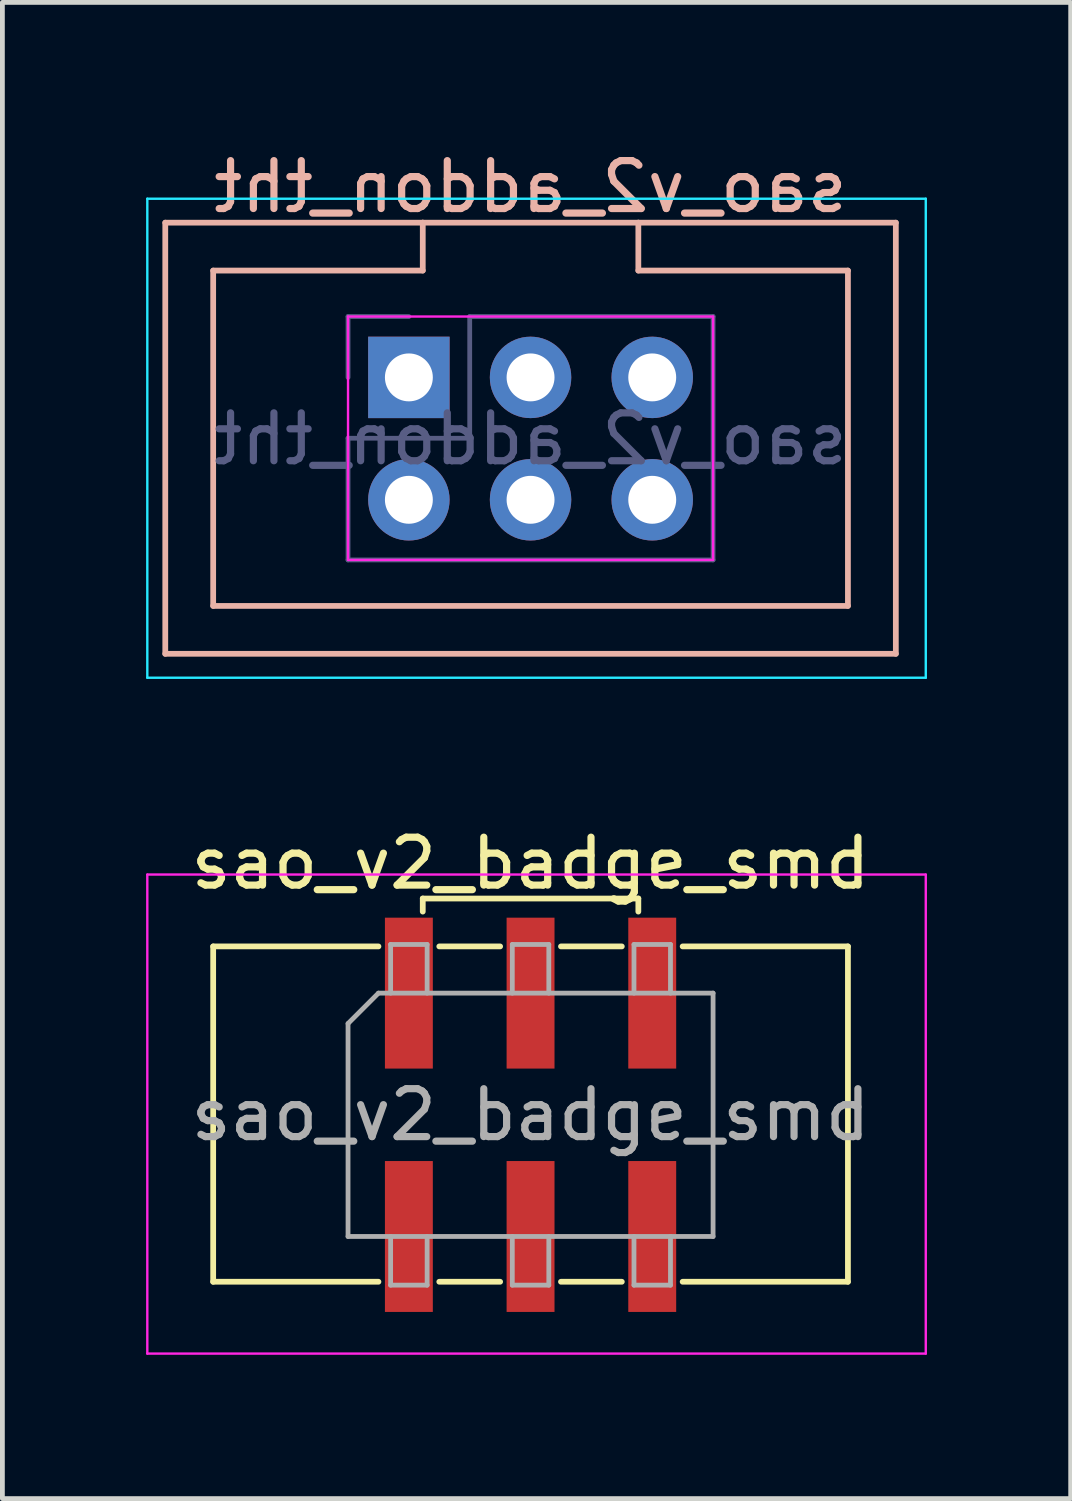
<source format=kicad_pcb>
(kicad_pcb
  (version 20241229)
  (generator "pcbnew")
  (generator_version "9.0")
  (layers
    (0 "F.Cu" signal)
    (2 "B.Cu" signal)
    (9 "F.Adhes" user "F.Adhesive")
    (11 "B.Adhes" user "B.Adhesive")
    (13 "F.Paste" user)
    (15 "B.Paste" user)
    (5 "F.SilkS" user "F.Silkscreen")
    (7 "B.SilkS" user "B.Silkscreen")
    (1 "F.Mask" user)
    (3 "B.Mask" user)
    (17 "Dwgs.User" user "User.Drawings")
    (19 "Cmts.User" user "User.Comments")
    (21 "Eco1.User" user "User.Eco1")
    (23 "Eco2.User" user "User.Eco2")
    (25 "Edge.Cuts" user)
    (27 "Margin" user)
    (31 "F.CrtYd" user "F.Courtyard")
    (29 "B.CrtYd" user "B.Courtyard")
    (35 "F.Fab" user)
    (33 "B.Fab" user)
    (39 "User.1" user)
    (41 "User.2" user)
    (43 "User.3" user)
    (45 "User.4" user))
  (footprint "sao_v2_badge_smd"
    (layer "F.Cu")
    (at 8.025 20.221)
    (property "Reference" "sao_v2_badge_smd" (at 0 -5.25 0) (unlocked yes) (layer "F.SilkS") (effects (font (size 1 1) (thickness 0.15))))
    (attr through_hole)
    (fp_line (start -6.625 -3.515) (end -3.175 -3.515) (stroke (width 0.12) (type default)) (layer "F.SilkS"))
    (fp_line (start -6.625 3.485) (end -6.625 -3.515) (stroke (width 0.12) (type default)) (layer "F.SilkS"))
    (fp_line (start -6.625 3.485) (end -3.175 3.485) (stroke (width 0.12) (type default)) (layer "F.SilkS"))
    (fp_line (start -2.25 -4.515) (end -2.25 -4.242) (stroke (width 0.12) (type default)) (layer "F.SilkS"))
    (fp_line (start -2.25 -4.515) (end 2.25 -4.515) (stroke (width 0.12) (type default)) (layer "F.SilkS"))
    (fp_line (start -1.905 -3.515) (end -0.635 -3.515) (stroke (width 0.12) (type default)) (layer "F.SilkS"))
    (fp_line (start -1.905 3.485) (end -0.635 3.485) (stroke (width 0.12) (type default)) (layer "F.SilkS"))
    (fp_line (start 0.635 -3.515) (end 1.905 -3.515) (stroke (width 0.12) (type default)) (layer "F.SilkS"))
    (fp_line (start 0.635 3.485) (end 1.905 3.485) (stroke (width 0.12) (type default)) (layer "F.SilkS"))
    (fp_line (start 2.25 -4.515) (end 2.25 -4.242) (stroke (width 0.12) (type default)) (layer "F.SilkS"))
    (fp_line (start 3.175 -3.515) (end 6.625 -3.515) (stroke (width 0.12) (type default)) (layer "F.SilkS"))
    (fp_line (start 3.175 3.485) (end 6.625 3.485) (stroke (width 0.12) (type default)) (layer "F.SilkS"))
    (fp_line (start 6.625 3.485) (end 6.625 -3.515) (stroke (width 0.12) (type default)) (layer "F.SilkS"))
    (fp_line (start -8 -5.015) (end -8 4.985) (stroke (width 0.05) (type solid)) (layer "F.CrtYd"))
    (fp_line (start -8 4.985) (end 8.25 4.985) (stroke (width 0.05) (type solid)) (layer "F.CrtYd"))
    (fp_line (start 8.25 -5.015) (end -8 -5.015) (stroke (width 0.05) (type solid)) (layer "F.CrtYd"))
    (fp_line (start 8.25 4.985) (end 8.25 -5.015) (stroke (width 0.05) (type solid)) (layer "F.CrtYd"))
    (fp_line (start -3.81 -1.905) (end -3.81 2.54) (stroke (width 0.1) (type default)) (layer "F.Fab"))
    (fp_line (start -3.81 2.54) (end 3.81 2.54) (stroke (width 0.1) (type default)) (layer "F.Fab"))
    (fp_line (start -3.175 -2.54) (end -3.81 -1.905) (stroke (width 0.1) (type default)) (layer "F.Fab"))
    (fp_line (start -2.921 -3.556) (end -2.159 -3.556) (stroke (width 0.1) (type default)) (layer "F.Fab"))
    (fp_line (start -2.921 -2.54) (end -2.921 -3.556) (stroke (width 0.1) (type default)) (layer "F.Fab"))
    (fp_line (start -2.921 2.54) (end -2.921 3.556) (stroke (width 0.1) (type default)) (layer "F.Fab"))
    (fp_line (start -2.921 3.556) (end -2.159 3.556) (stroke (width 0.1) (type default)) (layer "F.Fab"))
    (fp_line (start -2.159 -3.556) (end -2.159 -2.54) (stroke (width 0.1) (type default)) (layer "F.Fab"))
    (fp_line (start -2.159 3.556) (end -2.159 2.54) (stroke (width 0.1) (type default)) (layer "F.Fab"))
    (fp_line (start -0.381 -3.556) (end 0.381 -3.556) (stroke (width 0.1) (type default)) (layer "F.Fab"))
    (fp_line (start -0.381 -2.54) (end -0.381 -3.556) (stroke (width 0.1) (type default)) (layer "F.Fab"))
    (fp_line (start -0.381 2.54) (end -0.381 3.556) (stroke (width 0.1) (type default)) (layer "F.Fab"))
    (fp_line (start -0.381 3.556) (end 0.381 3.556) (stroke (width 0.1) (type default)) (layer "F.Fab"))
    (fp_line (start 0.381 -3.556) (end 0.381 -2.54) (stroke (width 0.1) (type default)) (layer "F.Fab"))
    (fp_line (start 0.381 3.556) (end 0.381 2.54) (stroke (width 0.1) (type default)) (layer "F.Fab"))
    (fp_line (start 2.159 -3.556) (end 2.921 -3.556) (stroke (width 0.1) (type default)) (layer "F.Fab"))
    (fp_line (start 2.159 -2.54) (end 2.159 -3.556) (stroke (width 0.1) (type default)) (layer "F.Fab"))
    (fp_line (start 2.159 2.54) (end 2.159 3.556) (stroke (width 0.1) (type default)) (layer "F.Fab"))
    (fp_line (start 2.159 3.556) (end 2.921 3.556) (stroke (width 0.1) (type default)) (layer "F.Fab"))
    (fp_line (start 2.921 -3.556) (end 2.921 -2.54) (stroke (width 0.1) (type default)) (layer "F.Fab"))
    (fp_line (start 2.921 3.556) (end 2.921 2.54) (stroke (width 0.1) (type default)) (layer "F.Fab"))
    (fp_line (start 3.81 -2.54) (end -3.175 -2.54) (stroke (width 0.1) (type default)) (layer "F.Fab"))
    (fp_line (start 3.81 2.54) (end 3.81 -2.54) (stroke (width 0.1) (type default)) (layer "F.Fab"))
    (fp_text user "${REFERENCE}" (at 0 0 180) (layer "F.Fab") (effects (font (size 1 1) (thickness 0.15))))
    (pad "1" smd rect (at -2.54 -2.54 90) (size 3.15 1) (layers "F.Cu" "F.Mask" "F.Paste"))
    (pad "2" smd rect (at -2.54 2.54 90) (size 3.15 1) (layers "F.Cu" "F.Mask" "F.Paste"))
    (pad "3" smd rect (at 0 -2.54 90) (size 3.15 1) (layers "F.Cu" "F.Mask" "F.Paste"))
    (pad "4" smd rect (at 0 2.54 90) (size 3.15 1) (layers "F.Cu" "F.Mask" "F.Paste"))
    (pad "5" smd rect (at 2.54 -2.54 90) (size 3.15 1) (layers "F.Cu" "F.Mask" "F.Paste"))
    (pad "6" smd rect (at 2.54 2.54 90) (size 3.15 1) (layers "F.Cu" "F.Mask" "F.Paste")))
  (footprint "sao_v2_addon_tht"
    (layer "F.Cu")
    (at 8.025 6.098)
    (property "Reference" "sao_v2_addon_tht" (at 0 -5.25 0) (unlocked yes) (layer "B.SilkS") (effects (font (size 1 1) (thickness 0.15)) (justify mirror)))
    (attr through_hole)
    (fp_line (start -7.625 -4.5) (end -2.25 -4.5) (stroke (width 0.12) (type default)) (layer "B.SilkS"))
    (fp_line (start -7.625 4.5) (end -7.625 -4.5) (stroke (width 0.12) (type default)) (layer "B.SilkS"))
    (fp_line (start -6.625 -3.5) (end -2.25 -3.5) (stroke (width 0.12) (type default)) (layer "B.SilkS"))
    (fp_line (start -6.625 3.5) (end -6.625 -3.5) (stroke (width 0.12) (type default)) (layer "B.SilkS"))
    (fp_line (start -6.625 3.5) (end 6.625 3.5) (stroke (width 0.12) (type default)) (layer "B.SilkS"))
    (fp_line (start -2.25 -4.5) (end -2.25 -3.5) (stroke (width 0.12) (type default)) (layer "B.SilkS"))
    (fp_line (start -2.25 -4.5) (end 2.25 -4.5) (stroke (width 0.12) (type default)) (layer "B.SilkS"))
    (fp_line (start 2.25 -4.5) (end 2.25 -3.5) (stroke (width 0.12) (type default)) (layer "B.SilkS"))
    (fp_line (start 2.25 -4.5) (end 7.625 -4.5) (stroke (width 0.12) (type default)) (layer "B.SilkS"))
    (fp_line (start 2.25 -3.5) (end 6.625 -3.5) (stroke (width 0.12) (type default)) (layer "B.SilkS"))
    (fp_line (start 6.625 3.5) (end 6.625 -3.5) (stroke (width 0.12) (type default)) (layer "B.SilkS"))
    (fp_line (start 7.625 -4.5) (end 7.625 4.5) (stroke (width 0.12) (type default)) (layer "B.SilkS"))
    (fp_line (start 7.625 4.5) (end -7.625 4.5) (stroke (width 0.12) (type default)) (layer "B.SilkS"))
    (fp_line (start -8 -5) (end -8 5) (stroke (width 0.05) (type solid)) (layer "B.CrtYd"))
    (fp_line (start -8 5) (end 8.25 5) (stroke (width 0.05) (type solid)) (layer "B.CrtYd"))
    (fp_line (start 8.25 -5) (end -8 -5) (stroke (width 0.05) (type solid)) (layer "B.CrtYd"))
    (fp_line (start 8.25 5) (end 8.25 -5) (stroke (width 0.05) (type solid)) (layer "B.CrtYd"))
    (fp_line (start -3.81 -2.54) (end -3.81 2.54) (stroke (width 0.05) (type default)) (layer "F.CrtYd"))
    (fp_line (start -3.81 2.54) (end 3.81 2.54) (stroke (width 0.05) (type default)) (layer "F.CrtYd"))
    (fp_line (start 3.81 -2.54) (end -3.81 -2.54) (stroke (width 0.05) (type default)) (layer "F.CrtYd"))
    (fp_line (start 3.81 2.54) (end 3.81 -2.54) (stroke (width 0.05) (type default)) (layer "F.CrtYd"))
    (fp_line (start -3.81 -2.54) (end -2.54 -2.54) (stroke (width 0.1) (type default)) (layer "B.Fab"))
    (fp_line (start -3.81 -1.27) (end -3.81 -2.54) (stroke (width 0.1) (type default)) (layer "B.Fab"))
    (fp_line (start -3.81 0) (end -3.81 2.54) (stroke (width 0.1) (type default)) (layer "B.Fab"))
    (fp_line (start -3.81 2.54) (end 3.81 2.54) (stroke (width 0.1) (type default)) (layer "B.Fab"))
    (fp_line (start -1.27 -2.54) (end -1.27 0) (stroke (width 0.1) (type default)) (layer "B.Fab"))
    (fp_line (start -1.27 0) (end -3.81 0) (stroke (width 0.1) (type default)) (layer "B.Fab"))
    (fp_line (start 3.81 -2.54) (end -1.27 -2.54) (stroke (width 0.1) (type default)) (layer "B.Fab"))
    (fp_line (start 3.81 2.54) (end 3.81 -2.54) (stroke (width 0.1) (type default)) (layer "B.Fab"))
    (fp_text user "${REFERENCE}" (at 0 0.015 180) (layer "B.Fab") (effects (font (size 1 1) (thickness 0.15)) (justify mirror)))
    (pad "1" thru_hole rect (at -2.54 -1.27 90) (size 1.7 1.7) (drill 1) (layers "*.Cu" "*.Mask"))
    (pad "2" thru_hole oval (at -2.54 1.285 90) (size 1.7 1.7) (drill 1) (layers "*.Cu" "*.Mask"))
    (pad "3" thru_hole oval (at 0 -1.27 90) (size 1.7 1.7) (drill 1) (layers "*.Cu" "*.Mask"))
    (pad "4" thru_hole oval (at 0 1.285 90) (size 1.7 1.7) (drill 1) (layers "*.Cu" "*.Mask"))
    (pad "5" thru_hole oval (at 2.54 -1.27 90) (size 1.7 1.7) (drill 1) (layers "*.Cu" "*.Mask"))
    (pad "6" thru_hole oval (at 2.54 1.285 90) (size 1.7 1.7) (drill 1) (layers "*.Cu" "*.Mask")))
  (gr_rect
    (start -3 -3)
    (end 19.3 28.232)
    (stroke (width 0.1) (type default))
    (fill no)
    (layer "Edge.Cuts")))
</source>
